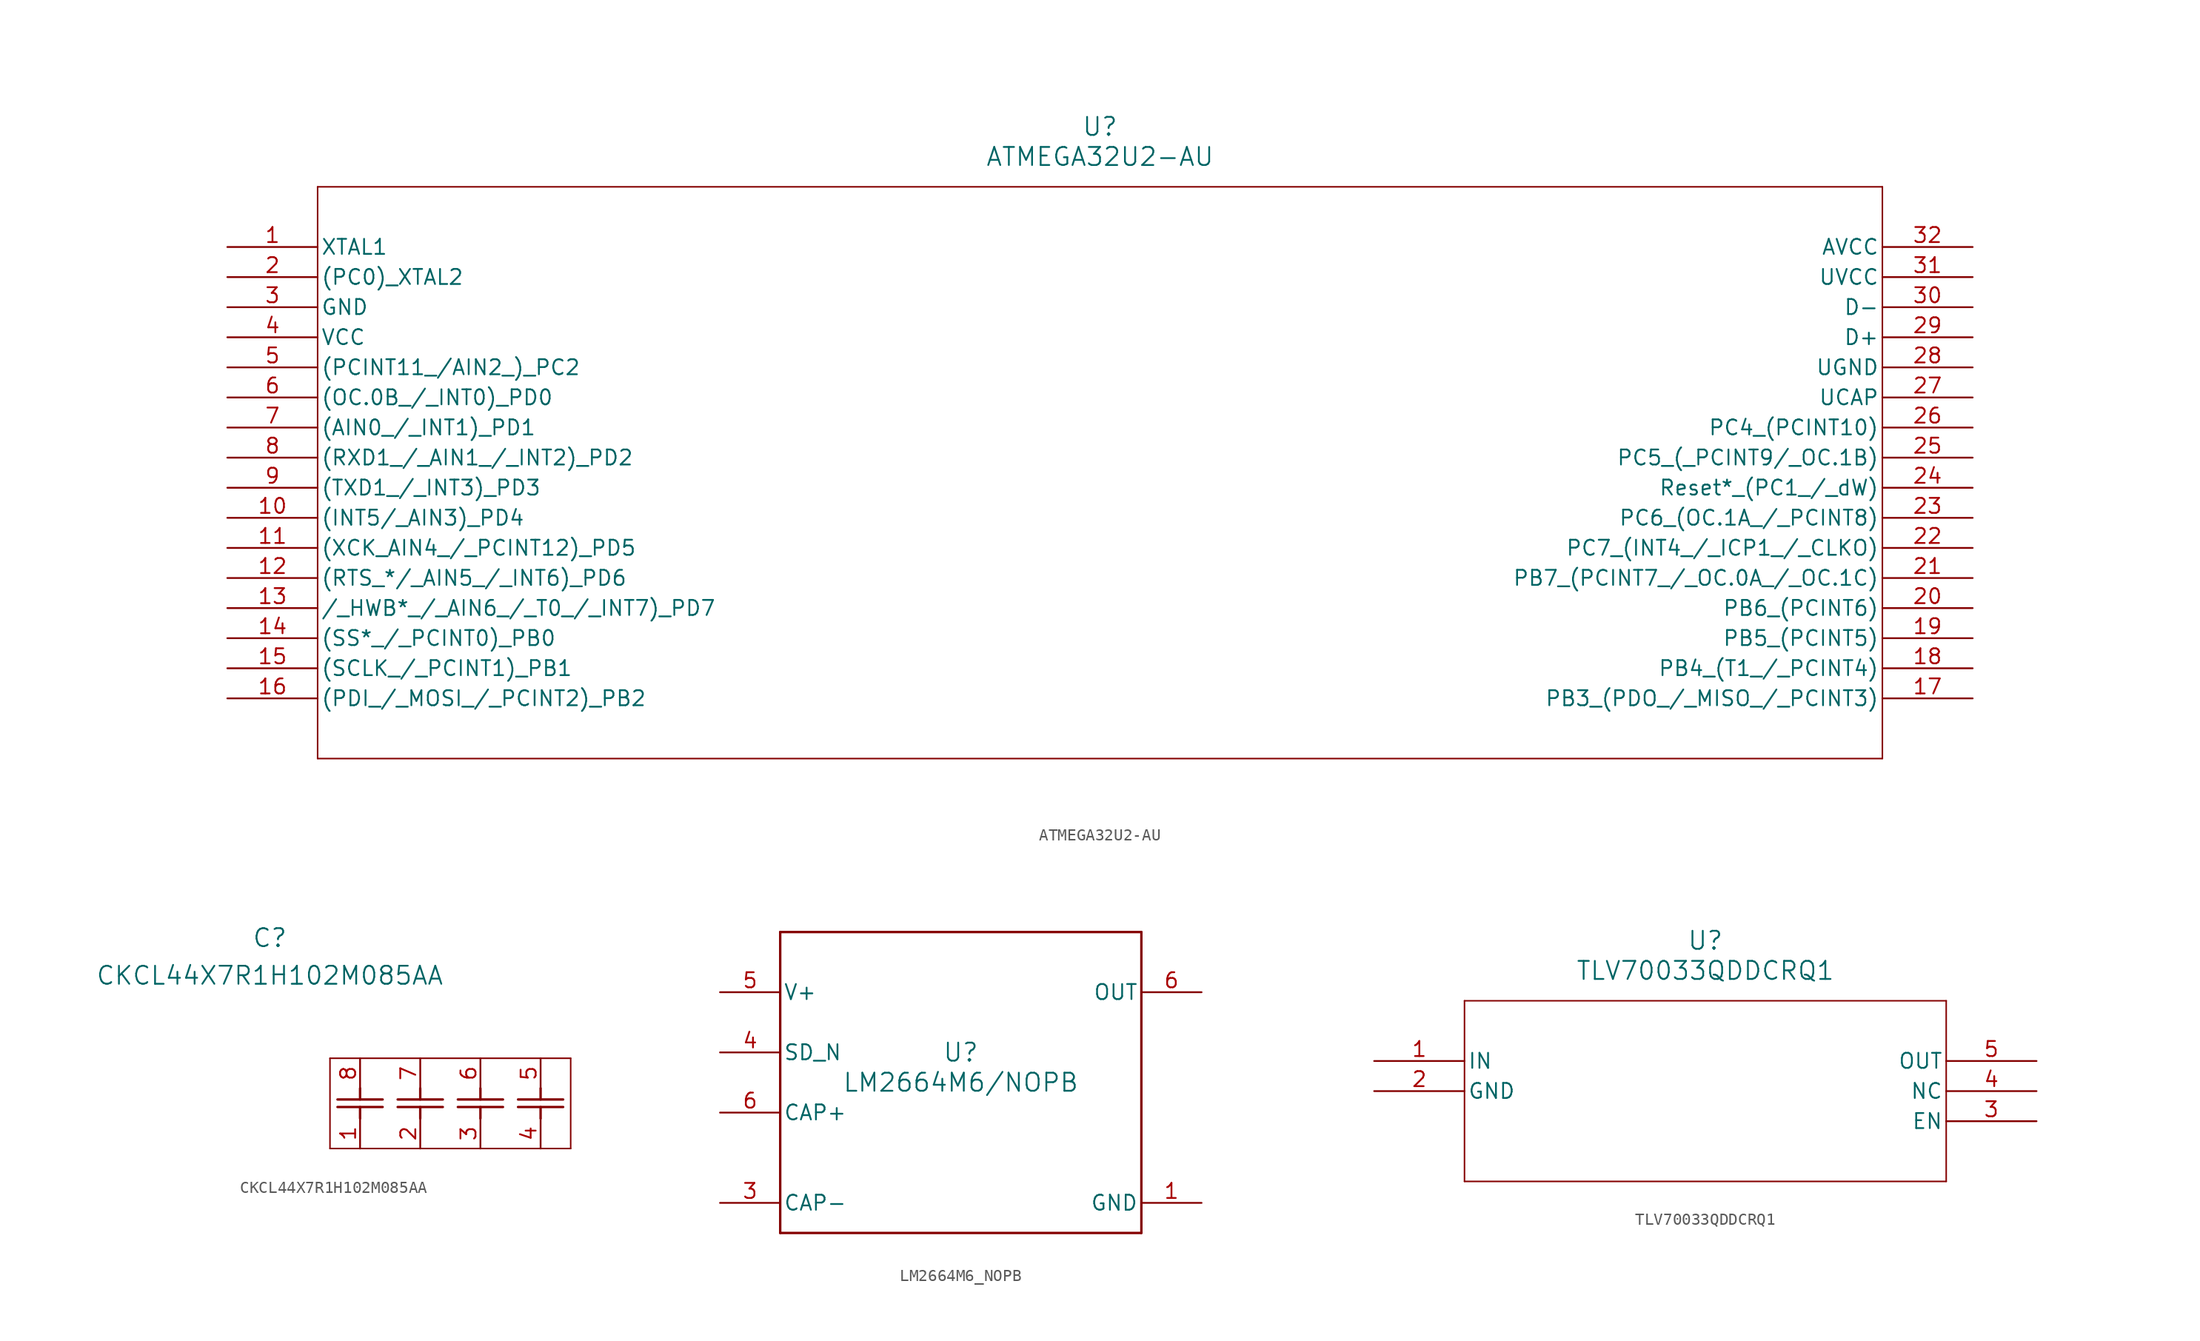
<source format=kicad_sym>
(kicad_symbol_lib
  (version 20231120)
  (generator "kicad_symbol_editor")
  (generator_version "8.0")
  (symbol "ATMEGA32U2-AU"
    (pin_names
      (offset 0.254))
    (property "Reference" "U"
      (at 73.66 10.16 0)
      (effects (font (size 1.524 1.524))))
    (property "Value" "ATMEGA32U2-AU"
      (at 73.66 7.62 0)
      (effects (font (size 1.524 1.524))))
    (property "ki_locked" ""
      (at 0 0 0)
      (effects (font (size 1.27 1.27))))
    (symbol "ATMEGA32U2-AU_0_1"
      (polyline (pts (xy 7.62 -43.18) (xy 139.7 -43.18)) (stroke (width 0.127) (type default)) (fill (type none)))
      (polyline (pts (xy 7.62 5.08) (xy 7.62 -43.18)) (stroke (width 0.127) (type default)) (fill (type none)))
      (polyline (pts (xy 139.7 -43.18) (xy 139.7 5.08)) (stroke (width 0.127) (type default)) (fill (type none)))
      (polyline (pts (xy 139.7 5.08) (xy 7.62 5.08)) (stroke (width 0.127) (type default)) (fill (type none)))
      (pin input line (at 0 0 0) (length 7.62) (name "XTAL1" (effects (font (size 1.27 1.27)))) (number "1" (effects (font (size 1.27 1.27)))))
      (pin bidirectional line (at 0 -22.86 0) (length 7.62) (name "(INT5/_AIN3)_PD4" (effects (font (size 1.27 1.27)))) (number "10" (effects (font (size 1.27 1.27)))))
      (pin bidirectional line (at 0 -25.4 0) (length 7.62) (name "(XCK_AIN4_/_PCINT12)_PD5" (effects (font (size 1.27 1.27)))) (number "11" (effects (font (size 1.27 1.27)))))
      (pin bidirectional line (at 0 -27.94 0) (length 7.62) (name "(RTS_*/_AIN5_/_INT6)_PD6" (effects (font (size 1.27 1.27)))) (number "12" (effects (font (size 1.27 1.27)))))
      (pin bidirectional line (at 0 -30.48 0) (length 7.62) (name "/_HWB*_/_AIN6_/_T0_/_INT7)_PD7" (effects (font (size 1.27 1.27)))) (number "13" (effects (font (size 1.27 1.27)))))
      (pin bidirectional line (at 0 -33.02 0) (length 7.62) (name "(SS*_/_PCINT0)_PB0" (effects (font (size 1.27 1.27)))) (number "14" (effects (font (size 1.27 1.27)))))
      (pin bidirectional line (at 0 -35.56 0) (length 7.62) (name "(SCLK_/_PCINT1)_PB1" (effects (font (size 1.27 1.27)))) (number "15" (effects (font (size 1.27 1.27)))))
      (pin bidirectional line (at 0 -38.1 0) (length 7.62) (name "(PDI_/_MOSI_/_PCINT2)_PB2" (effects (font (size 1.27 1.27)))) (number "16" (effects (font (size 1.27 1.27)))))
      (pin bidirectional line (at 147.32 -38.1 180) (length 7.62) (name "PB3_(PDO_/_MISO_/_PCINT3)" (effects (font (size 1.27 1.27)))) (number "17" (effects (font (size 1.27 1.27)))))
      (pin bidirectional line (at 147.32 -35.56 180) (length 7.62) (name "PB4_(T1_/_PCINT4)" (effects (font (size 1.27 1.27)))) (number "18" (effects (font (size 1.27 1.27)))))
      (pin bidirectional line (at 147.32 -33.02 180) (length 7.62) (name "PB5_(PCINT5)" (effects (font (size 1.27 1.27)))) (number "19" (effects (font (size 1.27 1.27)))))
      (pin output line (at 0 -2.54 0) (length 7.62) (name "(PC0)_XTAL2" (effects (font (size 1.27 1.27)))) (number "2" (effects (font (size 1.27 1.27)))))
      (pin bidirectional line (at 147.32 -30.48 180) (length 7.62) (name "PB6_(PCINT6)" (effects (font (size 1.27 1.27)))) (number "20" (effects (font (size 1.27 1.27)))))
      (pin bidirectional line (at 147.32 -27.94 180) (length 7.62) (name "PB7_(PCINT7_/_OC.0A_/_OC.1C)" (effects (font (size 1.27 1.27)))) (number "21" (effects (font (size 1.27 1.27)))))
      (pin bidirectional line (at 147.32 -25.4 180) (length 7.62) (name "PC7_(INT4_/_ICP1_/_CLKO)" (effects (font (size 1.27 1.27)))) (number "22" (effects (font (size 1.27 1.27)))))
      (pin bidirectional line (at 147.32 -22.86 180) (length 7.62) (name "PC6_(OC.1A_/_PCINT8)" (effects (font (size 1.27 1.27)))) (number "23" (effects (font (size 1.27 1.27)))))
      (pin bidirectional line (at 147.32 -20.32 180) (length 7.62) (name "Reset*_(PC1_/_dW)" (effects (font (size 1.27 1.27)))) (number "24" (effects (font (size 1.27 1.27)))))
      (pin bidirectional line (at 147.32 -17.78 180) (length 7.62) (name "PC5_(_PCINT9/_OC.1B)" (effects (font (size 1.27 1.27)))) (number "25" (effects (font (size 1.27 1.27)))))
      (pin bidirectional line (at 147.32 -15.24 180) (length 7.62) (name "PC4_(PCINT10)" (effects (font (size 1.27 1.27)))) (number "26" (effects (font (size 1.27 1.27)))))
      (pin power_in line (at 147.32 -12.7 180) (length 7.62) (name "UCAP" (effects (font (size 1.27 1.27)))) (number "27" (effects (font (size 1.27 1.27)))))
      (pin power_in line (at 147.32 -10.16 180) (length 7.62) (name "UGND" (effects (font (size 1.27 1.27)))) (number "28" (effects (font (size 1.27 1.27)))))
      (pin unspecified line (at 147.32 -7.62 180) (length 7.62) (name "D+" (effects (font (size 1.27 1.27)))) (number "29" (effects (font (size 1.27 1.27)))))
      (pin power_in line (at 0 -5.08 0) (length 7.62) (name "GND" (effects (font (size 1.27 1.27)))) (number "3" (effects (font (size 1.27 1.27)))))
      (pin unspecified line (at 147.32 -5.08 180) (length 7.62) (name "D-" (effects (font (size 1.27 1.27)))) (number "30" (effects (font (size 1.27 1.27)))))
      (pin power_in line (at 147.32 -2.54 180) (length 7.62) (name "UVCC" (effects (font (size 1.27 1.27)))) (number "31" (effects (font (size 1.27 1.27)))))
      (pin power_in line (at 147.32 0 180) (length 7.62) (name "AVCC" (effects (font (size 1.27 1.27)))) (number "32" (effects (font (size 1.27 1.27)))))
      (pin power_in line (at 0 -7.62 0) (length 7.62) (name "VCC" (effects (font (size 1.27 1.27)))) (number "4" (effects (font (size 1.27 1.27)))))
      (pin bidirectional line (at 0 -10.16 0) (length 7.62) (name "(PCINT11_/AIN2_)_PC2" (effects (font (size 1.27 1.27)))) (number "5" (effects (font (size 1.27 1.27)))))
      (pin bidirectional line (at 0 -12.7 0) (length 7.62) (name "(OC.0B_/_INT0)_PD0" (effects (font (size 1.27 1.27)))) (number "6" (effects (font (size 1.27 1.27)))))
      (pin bidirectional line (at 0 -15.24 0) (length 7.62) (name "(AIN0_/_INT1)_PD1" (effects (font (size 1.27 1.27)))) (number "7" (effects (font (size 1.27 1.27)))))
      (pin bidirectional line (at 0 -17.78 0) (length 7.62) (name "(RXD1_/_AIN1_/_INT2)_PD2" (effects (font (size 1.27 1.27)))) (number "8" (effects (font (size 1.27 1.27)))))
      (pin bidirectional line (at 0 -20.32 0) (length 7.62) (name "(TXD1_/_INT3)_PD3" (effects (font (size 1.27 1.27)))) (number "9" (effects (font (size 1.27 1.27)))))))
  (symbol "CKCL44X7R1H102M085AA"
    (pin_names
      (offset 0.254))
    (property "Reference" "C"
      (at -7.62 10.16 0)
      (effects (font (size 1.524 1.524))))
    (property "Value" "CKCL44X7R1H102M085AA"
      (at -7.62 6.985 0)
      (effects (font (size 1.524 1.524))))
    (property "ki_locked" ""
      (at 0 0 0)
      (effects (font (size 1.27 1.27))))
    (symbol "CKCL44X7R1H102M085AA_0_1"
      (polyline (pts (xy -2.54 -7.62) (xy -2.54 0)) (stroke (width 0.127) (type default)) (fill (type none)))
      (polyline (pts (xy -2.54 0) (xy 17.78 0)) (stroke (width 0.127) (type default)) (fill (type none)))
      (polyline (pts (xy 0 -4.115) (xy 0 -5.08)) (stroke (width 0.203) (type default)) (fill (type none)))
      (polyline (pts (xy 0 -2.54) (xy 0 -3.48)) (stroke (width 0.203) (type default)) (fill (type none)))
      (polyline (pts (xy 1.905 -4.115) (xy -1.905 -4.115)) (stroke (width 0.203) (type default)) (fill (type none)))
      (polyline (pts (xy 1.905 -3.48) (xy -1.905 -3.48)) (stroke (width 0.203) (type default)) (fill (type none)))
      (polyline (pts (xy 5.08 -4.115) (xy 5.08 -5.08)) (stroke (width 0.203) (type default)) (fill (type none)))
      (polyline (pts (xy 5.08 -2.54) (xy 5.08 -3.48)) (stroke (width 0.203) (type default)) (fill (type none)))
      (polyline (pts (xy 6.985 -4.115) (xy 3.175 -4.115)) (stroke (width 0.203) (type default)) (fill (type none)))
      (polyline (pts (xy 6.985 -3.48) (xy 3.175 -3.48)) (stroke (width 0.203) (type default)) (fill (type none)))
      (polyline (pts (xy 10.16 -4.115) (xy 10.16 -5.08)) (stroke (width 0.203) (type default)) (fill (type none)))
      (polyline (pts (xy 10.16 -2.54) (xy 10.16 -3.48)) (stroke (width 0.203) (type default)) (fill (type none)))
      (polyline (pts (xy 12.065 -4.115) (xy 8.255 -4.115)) (stroke (width 0.203) (type default)) (fill (type none)))
      (polyline (pts (xy 12.065 -3.48) (xy 8.255 -3.48)) (stroke (width 0.203) (type default)) (fill (type none)))
      (polyline (pts (xy 15.24 -4.115) (xy 15.24 -5.08)) (stroke (width 0.203) (type default)) (fill (type none)))
      (polyline (pts (xy 15.24 -2.54) (xy 15.24 -3.48)) (stroke (width 0.203) (type default)) (fill (type none)))
      (polyline (pts (xy 17.145 -4.115) (xy 13.335 -4.115)) (stroke (width 0.203) (type default)) (fill (type none)))
      (polyline (pts (xy 17.145 -3.48) (xy 13.335 -3.48)) (stroke (width 0.203) (type default)) (fill (type none)))
      (polyline (pts (xy 17.78 -7.62) (xy -2.54 -7.62)) (stroke (width 0.127) (type default)) (fill (type none)))
      (polyline (pts (xy 17.78 -7.62) (xy 17.78 0)) (stroke (width 0.127) (type default)) (fill (type none)))
      (pin unspecified line (at 0 -7.62 90) (length 2.54) (name "" (effects (font (size 1.27 1.27)))) (number "1" (effects (font (size 1.27 1.27)))))
      (pin unspecified line (at 5.08 -7.62 90) (length 2.54) (name "" (effects (font (size 1.27 1.27)))) (number "2" (effects (font (size 1.27 1.27)))))
      (pin unspecified line (at 10.16 -7.62 90) (length 2.54) (name "" (effects (font (size 1.27 1.27)))) (number "3" (effects (font (size 1.27 1.27)))))
      (pin unspecified line (at 15.24 -7.62 90) (length 2.54) (name "" (effects (font (size 1.27 1.27)))) (number "4" (effects (font (size 1.27 1.27)))))
      (pin unspecified line (at 15.24 0 270) (length 2.54) (name "" (effects (font (size 1.27 1.27)))) (number "5" (effects (font (size 1.27 1.27)))))
      (pin unspecified line (at 10.16 0 270) (length 2.54) (name "" (effects (font (size 1.27 1.27)))) (number "6" (effects (font (size 1.27 1.27)))))
      (pin unspecified line (at 5.08 0 270) (length 2.54) (name "" (effects (font (size 1.27 1.27)))) (number "7" (effects (font (size 1.27 1.27)))))
      (pin unspecified line (at 0 0 270) (length 2.54) (name "" (effects (font (size 1.27 1.27)))) (number "8" (effects (font (size 1.27 1.27)))))))
  (symbol "LM2664M6_NOPB"
    (pin_names
      (offset 0.254))
    (property "Reference" "U"
      (at 0 2.54 0)
      (effects (font (size 1.524 1.524))))
    (property "Value" "LM2664M6/NOPB"
      (at 0 0 0)
      (effects (font (size 1.524 1.524))))
    (property "ki_locked" ""
      (at 0 0 0)
      (effects (font (size 1.27 1.27))))
    (symbol "LM2664M6_NOPB_0_1"
      (polyline (pts (xy -15.24 -12.7) (xy 15.24 -12.7)) (stroke (width 0.203) (type default)) (fill (type none)))
      (polyline (pts (xy -15.24 12.7) (xy -15.24 -12.7)) (stroke (width 0.203) (type default)) (fill (type none)))
      (polyline (pts (xy 15.24 -12.7) (xy 15.24 12.7)) (stroke (width 0.203) (type default)) (fill (type none)))
      (polyline (pts (xy 15.24 12.7) (xy -15.24 12.7)) (stroke (width 0.203) (type default)) (fill (type none)))
      (pin power_in line (at 20.32 -10.16 180) (length 5.08) (name "GND" (effects (font (size 1.27 1.27)))) (number "1" (effects (font (size 1.27 1.27)))))
      (pin power_in line (at -20.32 -10.16 0) (length 5.08) (name "CAP-" (effects (font (size 1.27 1.27)))) (number "3" (effects (font (size 1.27 1.27)))))
      (pin input line (at -20.32 2.54 0) (length 5.08) (name "SD_N" (effects (font (size 1.27 1.27)))) (number "4" (effects (font (size 1.27 1.27)))))
      (pin power_in line (at -20.32 7.62 0) (length 5.08) (name "V+" (effects (font (size 1.27 1.27)))) (number "5" (effects (font (size 1.27 1.27)))))
      (pin power_in line (at -20.32 -2.54 0) (length 5.08) (name "CAP+" (effects (font (size 1.27 1.27)))) (number "6" (effects (font (size 1.27 1.27)))))
      (pin power_in line (at 20.32 7.62 180) (length 5.08) (name "OUT" (effects (font (size 1.27 1.27)))) (number "6" (effects (font (size 1.27 1.27)))))))
  (symbol "TLV70033QDDCRQ1"
    (pin_names
      (offset 0.254))
    (property "Reference" "U"
      (at 27.94 10.16 0)
      (effects (font (size 1.524 1.524))))
    (property "Value" "TLV70033QDDCRQ1"
      (at 27.94 7.62 0)
      (effects (font (size 1.524 1.524))))
    (property "ki_locked" ""
      (at 0 0 0)
      (effects (font (size 1.27 1.27))))
    (symbol "TLV70033QDDCRQ1_0_1"
      (polyline (pts (xy 7.62 -10.16) (xy 48.26 -10.16)) (stroke (width 0.127) (type default)) (fill (type none)))
      (polyline (pts (xy 7.62 5.08) (xy 7.62 -10.16)) (stroke (width 0.127) (type default)) (fill (type none)))
      (polyline (pts (xy 48.26 -10.16) (xy 48.26 5.08)) (stroke (width 0.127) (type default)) (fill (type none)))
      (polyline (pts (xy 48.26 5.08) (xy 7.62 5.08)) (stroke (width 0.127) (type default)) (fill (type none)))
      (pin input line (at 0 0 0) (length 7.62) (name "IN" (effects (font (size 1.27 1.27)))) (number "1" (effects (font (size 1.27 1.27)))))
      (pin power_in line (at 0 -2.54 0) (length 7.62) (name "GND" (effects (font (size 1.27 1.27)))) (number "2" (effects (font (size 1.27 1.27)))))
      (pin unspecified line (at 55.88 -5.08 180) (length 7.62) (name "EN" (effects (font (size 1.27 1.27)))) (number "3" (effects (font (size 1.27 1.27)))))
      (pin unspecified line (at 55.88 -2.54 180) (length 7.62) (name "NC" (effects (font (size 1.27 1.27)))) (number "4" (effects (font (size 1.27 1.27)))))
      (pin output line (at 55.88 0 180) (length 7.62) (name "OUT" (effects (font (size 1.27 1.27)))) (number "5" (effects (font (size 1.27 1.27))))))))
</source>
